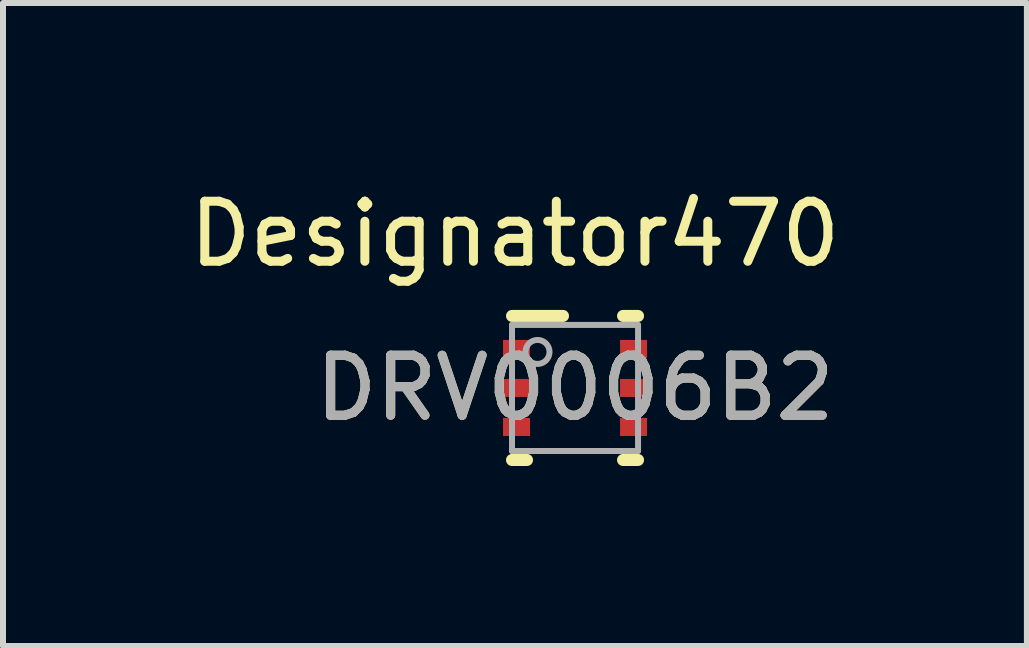
<source format=kicad_pcb>
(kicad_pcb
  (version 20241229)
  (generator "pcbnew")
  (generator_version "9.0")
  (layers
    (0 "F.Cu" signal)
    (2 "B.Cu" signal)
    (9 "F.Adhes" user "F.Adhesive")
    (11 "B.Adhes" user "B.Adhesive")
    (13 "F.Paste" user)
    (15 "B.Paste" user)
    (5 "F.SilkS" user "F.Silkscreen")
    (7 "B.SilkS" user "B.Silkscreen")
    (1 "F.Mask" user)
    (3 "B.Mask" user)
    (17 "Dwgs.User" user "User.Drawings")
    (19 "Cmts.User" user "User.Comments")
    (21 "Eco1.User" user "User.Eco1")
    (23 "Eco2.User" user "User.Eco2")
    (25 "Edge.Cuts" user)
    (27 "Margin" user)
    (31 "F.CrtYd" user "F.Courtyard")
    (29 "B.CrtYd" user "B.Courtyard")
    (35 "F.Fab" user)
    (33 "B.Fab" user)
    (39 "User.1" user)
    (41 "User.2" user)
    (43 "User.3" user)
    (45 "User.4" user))
  (footprint "DRV0006B2"
    (layer "F.Cu")
    (at 6.531 3.414)
    (property "Reference" "DRV0006B2" (at 0 0 0) (unlocked yes) (layer "F.SilkS") (effects (font (size 1 1) (thickness 0.15))))
    (attr smd)
    (fp_line (start -1.05 -1.2) (end -0.2 -1.2) (stroke (width 0.2) (type solid)) (layer "F.SilkS"))
    (fp_line (start -1.05 1.2) (end -0.8 1.2) (stroke (width 0.2) (type solid)) (layer "F.SilkS"))
    (fp_line (start 0.8 -1.2) (end 1.05 -1.2) (stroke (width 0.2) (type solid)) (layer "F.SilkS"))
    (fp_line (start 0.8 1.2) (end 1.05 1.2) (stroke (width 0.2) (type solid)) (layer "F.SilkS"))
    (fp_line (start -1.05 -1.05) (end 1.05 -1.05) (stroke (width 0.1) (type solid)) (layer "F.Fab"))
    (fp_line (start -1.05 1.05) (end -1.05 -1.05) (stroke (width 0.1) (type solid)) (layer "F.Fab"))
    (fp_line (start -1.05 1.05) (end 1.05 1.05) (stroke (width 0.1) (type solid)) (layer "F.Fab"))
    (fp_line (start 1.05 1.05) (end 1.05 -1.05) (stroke (width 0.1) (type solid)) (layer "F.Fab"))
    (fp_circle (center -0.625 -0.6) (end -0.425 -0.6) (stroke (width 0.1) (type solid)) (fill no) (layer "F.Fab"))
    (fp_text user "Designator470" (at -1.002 -2.566 0) (unlocked yes) (layer "F.SilkS") (effects (font (size 1 1) (thickness 0.15))))
    (fp_text user "${REFERENCE}" (at 0 0 0) (unlocked yes) (layer "F.Fab") (effects (font (size 1 1) (thickness 0.15))))
    (pad "1" smd rect (at -0.975 -0.65 90) (size 0.3 0.45) (layers "F.Cu" "F.Mask" "F.Paste"))
    (pad "2" smd rect (at -0.975 0 90) (size 0.3 0.45) (layers "F.Cu" "F.Mask" "F.Paste"))
    (pad "3" smd rect (at -0.975 0.65 90) (size 0.3 0.45) (layers "F.Cu" "F.Mask" "F.Paste"))
    (pad "4" smd rect (at 0.975 0.65 90) (size 0.3 0.45) (layers "F.Cu" "F.Mask" "F.Paste"))
    (pad "5" smd rect (at 0.975 0 90) (size 0.3 0.45) (layers "F.Cu" "F.Mask" "F.Paste"))
    (pad "6" smd rect (at 0.975 -0.65 90) (size 0.3 0.45) (layers "F.Cu" "F.Mask" "F.Paste")))
  (gr_rect
    (start -3 -3)
    (end 14.06 7.714)
    (stroke (width 0.1) (type default))
    (fill no)
    (layer "Edge.Cuts")))
</source>
